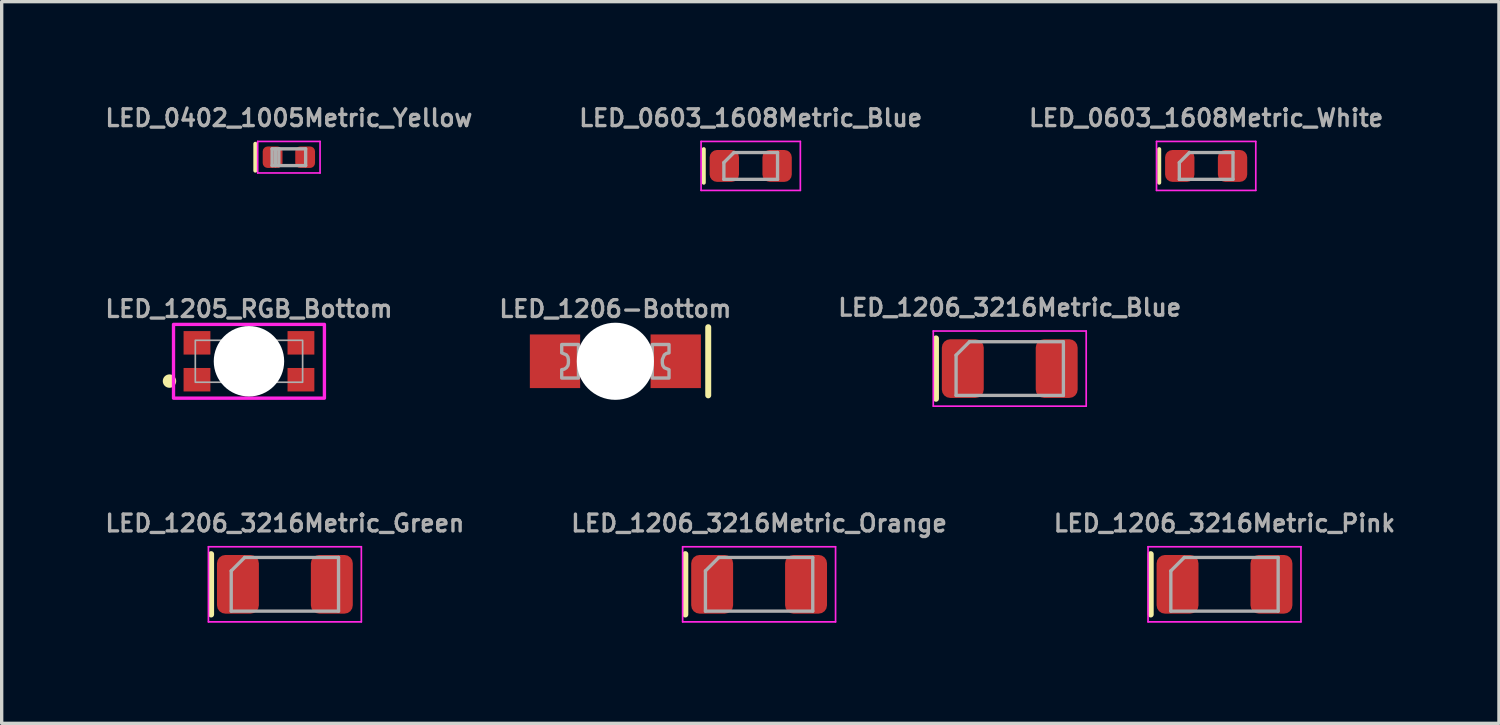
<source format=kicad_pcb>
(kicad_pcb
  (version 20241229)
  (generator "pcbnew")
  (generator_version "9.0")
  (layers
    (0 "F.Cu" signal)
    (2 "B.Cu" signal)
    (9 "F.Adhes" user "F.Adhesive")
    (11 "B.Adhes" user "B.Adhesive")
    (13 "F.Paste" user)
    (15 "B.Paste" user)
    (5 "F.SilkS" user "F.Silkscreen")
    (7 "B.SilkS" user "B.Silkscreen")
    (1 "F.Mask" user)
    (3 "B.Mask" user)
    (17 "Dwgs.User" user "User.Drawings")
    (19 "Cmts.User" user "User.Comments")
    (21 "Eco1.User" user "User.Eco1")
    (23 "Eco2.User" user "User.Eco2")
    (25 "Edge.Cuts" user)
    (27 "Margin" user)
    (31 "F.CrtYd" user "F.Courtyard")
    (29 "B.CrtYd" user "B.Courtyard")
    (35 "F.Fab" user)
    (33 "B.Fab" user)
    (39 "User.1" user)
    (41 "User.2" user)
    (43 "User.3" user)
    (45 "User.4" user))
  (footprint "LED_0603_1608Metric_Blue"
    (layer "F.Cu")
    (at 19.336 1.898)
    (property "Reference" "LED_0603_1608Metric_Blue" (at 0 -1.43 0) (layer "F.Fab") (effects (font (size 0.5 0.5) (thickness 0.1))))
    (attr smd)
    (fp_line (start -1.4 -0.5) (end -1.4 0.5) (stroke (width 0.12) (type solid)) (layer "F.SilkS"))
    (fp_line (start -1.48 -0.73) (end 1.48 -0.73) (stroke (width 0.05) (type solid)) (layer "F.CrtYd"))
    (fp_line (start -1.48 0.73) (end -1.48 -0.73) (stroke (width 0.05) (type solid)) (layer "F.CrtYd"))
    (fp_line (start 1.48 -0.73) (end 1.48 0.73) (stroke (width 0.05) (type solid)) (layer "F.CrtYd"))
    (fp_line (start 1.48 0.73) (end -1.48 0.73) (stroke (width 0.05) (type solid)) (layer "F.CrtYd"))
    (fp_line (start -0.8 -0.1) (end -0.8 0.4) (stroke (width 0.1) (type solid)) (layer "F.Fab"))
    (fp_line (start -0.8 0.4) (end 0.8 0.4) (stroke (width 0.1) (type solid)) (layer "F.Fab"))
    (fp_line (start -0.5 -0.4) (end -0.8 -0.1) (stroke (width 0.1) (type solid)) (layer "F.Fab"))
    (fp_line (start 0.8 -0.4) (end -0.5 -0.4) (stroke (width 0.1) (type solid)) (layer "F.Fab"))
    (fp_line (start 0.8 0.4) (end 0.8 -0.4) (stroke (width 0.1) (type solid)) (layer "F.Fab"))
    (pad "1" smd roundrect (at -0.787 0) (size 0.875 0.95) (layers "F.Cu" "F.Mask" "F.Paste") (roundrect_rratio 0.25))
    (pad "2" smd roundrect (at 0.787 0) (size 0.875 0.95) (layers "F.Cu" "F.Mask" "F.Paste") (roundrect_rratio 0.25)))
  (footprint "LED_1206_3216Metric_Green"
    (layer "F.Cu")
    (at 5.445 14.374)
    (property "Reference" "LED_1206_3216Metric_Green" (at 0 -1.82 0) (layer "F.Fab") (effects (font (size 0.5 0.5) (thickness 0.1))))
    (attr smd)
    (fp_line (start -2.2 -0.9) (end -2.2 0.9) (stroke (width 0.178) (type solid)) (layer "F.SilkS"))
    (fp_line (start -2.28 -1.12) (end 2.28 -1.12) (stroke (width 0.05) (type solid)) (layer "F.CrtYd"))
    (fp_line (start -2.28 1.12) (end -2.28 -1.12) (stroke (width 0.05) (type solid)) (layer "F.CrtYd"))
    (fp_line (start 2.28 -1.12) (end 2.28 1.12) (stroke (width 0.05) (type solid)) (layer "F.CrtYd"))
    (fp_line (start 2.28 1.12) (end -2.28 1.12) (stroke (width 0.05) (type solid)) (layer "F.CrtYd"))
    (fp_line (start -1.6 -0.4) (end -1.6 0.8) (stroke (width 0.1) (type solid)) (layer "F.Fab"))
    (fp_line (start -1.6 0.8) (end 1.6 0.8) (stroke (width 0.1) (type solid)) (layer "F.Fab"))
    (fp_line (start -1.2 -0.8) (end -1.6 -0.4) (stroke (width 0.1) (type solid)) (layer "F.Fab"))
    (fp_line (start 1.6 -0.8) (end -1.2 -0.8) (stroke (width 0.1) (type solid)) (layer "F.Fab"))
    (fp_line (start 1.6 0.8) (end 1.6 -0.8) (stroke (width 0.1) (type solid)) (layer "F.Fab"))
    (pad "1" smd roundrect (at -1.4 0) (size 1.25 1.75) (layers "F.Cu" "F.Mask" "F.Paste") (roundrect_rratio 0.2))
    (pad "2" smd roundrect (at 1.4 0) (size 1.25 1.75) (layers "F.Cu" "F.Mask" "F.Paste") (roundrect_rratio 0.2)))
  (footprint "LED_1206_3216Metric_Pink"
    (layer "F.Cu")
    (at 33.464 14.374)
    (property "Reference" "LED_1206_3216Metric_Pink" (at 0 -1.82 0) (layer "F.Fab") (effects (font (size 0.5 0.5) (thickness 0.1))))
    (attr smd)
    (fp_line (start -2.2 -0.9) (end -2.2 0.9) (stroke (width 0.178) (type solid)) (layer "F.SilkS"))
    (fp_line (start -2.28 -1.12) (end 2.28 -1.12) (stroke (width 0.05) (type solid)) (layer "F.CrtYd"))
    (fp_line (start -2.28 1.12) (end -2.28 -1.12) (stroke (width 0.05) (type solid)) (layer "F.CrtYd"))
    (fp_line (start 2.28 -1.12) (end 2.28 1.12) (stroke (width 0.05) (type solid)) (layer "F.CrtYd"))
    (fp_line (start 2.28 1.12) (end -2.28 1.12) (stroke (width 0.05) (type solid)) (layer "F.CrtYd"))
    (fp_line (start -1.6 -0.4) (end -1.6 0.8) (stroke (width 0.1) (type solid)) (layer "F.Fab"))
    (fp_line (start -1.6 0.8) (end 1.6 0.8) (stroke (width 0.1) (type solid)) (layer "F.Fab"))
    (fp_line (start -1.2 -0.8) (end -1.6 -0.4) (stroke (width 0.1) (type solid)) (layer "F.Fab"))
    (fp_line (start 1.6 -0.8) (end -1.2 -0.8) (stroke (width 0.1) (type solid)) (layer "F.Fab"))
    (fp_line (start 1.6 0.8) (end 1.6 -0.8) (stroke (width 0.1) (type solid)) (layer "F.Fab"))
    (pad "1" smd roundrect (at -1.4 0) (size 1.25 1.75) (layers "F.Cu" "F.Mask" "F.Paste") (roundrect_rratio 0.2))
    (pad "2" smd roundrect (at 1.4 0) (size 1.25 1.75) (layers "F.Cu" "F.Mask" "F.Paste") (roundrect_rratio 0.2)))
  (footprint "LED_0402_1005Metric_Yellow"
    (layer "F.Cu")
    (at 5.564 1.638)
    (property "Reference" "LED_0402_1005Metric_Yellow" (at 0 -1.17 0) (layer "F.Fab") (effects (font (size 0.5 0.5) (thickness 0.1))))
    (attr smd)
    (fp_line (start -1 -0.4) (end -1 0.4) (stroke (width 0.12) (type solid)) (layer "F.SilkS"))
    (fp_line (start -0.93 -0.47) (end 0.93 -0.47) (stroke (width 0.05) (type solid)) (layer "F.CrtYd"))
    (fp_line (start -0.93 0.47) (end -0.93 -0.47) (stroke (width 0.05) (type solid)) (layer "F.CrtYd"))
    (fp_line (start 0.93 -0.47) (end 0.93 0.47) (stroke (width 0.05) (type solid)) (layer "F.CrtYd"))
    (fp_line (start 0.93 0.47) (end -0.93 0.47) (stroke (width 0.05) (type solid)) (layer "F.CrtYd"))
    (fp_line (start -0.5 -0.25) (end 0.5 -0.25) (stroke (width 0.1) (type solid)) (layer "F.Fab"))
    (fp_line (start -0.5 0.25) (end -0.5 -0.25) (stroke (width 0.1) (type solid)) (layer "F.Fab"))
    (fp_line (start -0.4 0.25) (end -0.4 -0.25) (stroke (width 0.1) (type solid)) (layer "F.Fab"))
    (fp_line (start -0.3 0.25) (end -0.3 -0.25) (stroke (width 0.1) (type solid)) (layer "F.Fab"))
    (fp_line (start 0.5 -0.25) (end 0.5 0.25) (stroke (width 0.1) (type solid)) (layer "F.Fab"))
    (fp_line (start 0.5 0.25) (end -0.5 0.25) (stroke (width 0.1) (type solid)) (layer "F.Fab"))
    (pad "1" smd roundrect (at -0.485 0) (size 0.59 0.64) (layers "F.Cu" "F.Mask" "F.Paste") (roundrect_rratio 0.25))
    (pad "2" smd roundrect (at 0.485 0) (size 0.59 0.64) (layers "F.Cu" "F.Mask" "F.Paste") (roundrect_rratio 0.25)))
  (footprint "LED_1206_3216Metric_Orange"
    (layer "F.Cu")
    (at 19.586 14.374)
    (property "Reference" "LED_1206_3216Metric_Orange" (at 0 -1.82 0) (layer "F.Fab") (effects (font (size 0.5 0.5) (thickness 0.1))))
    (attr smd)
    (fp_line (start -2.2 -0.9) (end -2.2 0.9) (stroke (width 0.178) (type solid)) (layer "F.SilkS"))
    (fp_line (start -2.28 -1.12) (end 2.28 -1.12) (stroke (width 0.05) (type solid)) (layer "F.CrtYd"))
    (fp_line (start -2.28 1.12) (end -2.28 -1.12) (stroke (width 0.05) (type solid)) (layer "F.CrtYd"))
    (fp_line (start 2.28 -1.12) (end 2.28 1.12) (stroke (width 0.05) (type solid)) (layer "F.CrtYd"))
    (fp_line (start 2.28 1.12) (end -2.28 1.12) (stroke (width 0.05) (type solid)) (layer "F.CrtYd"))
    (fp_line (start -1.6 -0.4) (end -1.6 0.8) (stroke (width 0.1) (type solid)) (layer "F.Fab"))
    (fp_line (start -1.6 0.8) (end 1.6 0.8) (stroke (width 0.1) (type solid)) (layer "F.Fab"))
    (fp_line (start -1.2 -0.8) (end -1.6 -0.4) (stroke (width 0.1) (type solid)) (layer "F.Fab"))
    (fp_line (start 1.6 -0.8) (end -1.2 -0.8) (stroke (width 0.1) (type solid)) (layer "F.Fab"))
    (fp_line (start 1.6 0.8) (end 1.6 -0.8) (stroke (width 0.1) (type solid)) (layer "F.Fab"))
    (pad "1" smd roundrect (at -1.4 0) (size 1.25 1.75) (layers "F.Cu" "F.Mask" "F.Paste") (roundrect_rratio 0.2))
    (pad "2" smd roundrect (at 1.4 0) (size 1.25 1.75) (layers "F.Cu" "F.Mask" "F.Paste") (roundrect_rratio 0.2)))
  (footprint "LED_0603_1608Metric_White"
    (layer "F.Cu")
    (at 32.917 1.898)
    (property "Reference" "LED_0603_1608Metric_White" (at 0 -1.43 0) (layer "F.Fab") (effects (font (size 0.5 0.5) (thickness 0.1))))
    (attr smd)
    (fp_line (start -1.4 -0.5) (end -1.4 0.5) (stroke (width 0.12) (type solid)) (layer "F.SilkS"))
    (fp_line (start -1.48 -0.73) (end 1.48 -0.73) (stroke (width 0.05) (type solid)) (layer "F.CrtYd"))
    (fp_line (start -1.48 0.73) (end -1.48 -0.73) (stroke (width 0.05) (type solid)) (layer "F.CrtYd"))
    (fp_line (start 1.48 -0.73) (end 1.48 0.73) (stroke (width 0.05) (type solid)) (layer "F.CrtYd"))
    (fp_line (start 1.48 0.73) (end -1.48 0.73) (stroke (width 0.05) (type solid)) (layer "F.CrtYd"))
    (fp_line (start -0.8 -0.1) (end -0.8 0.4) (stroke (width 0.1) (type solid)) (layer "F.Fab"))
    (fp_line (start -0.8 0.4) (end 0.8 0.4) (stroke (width 0.1) (type solid)) (layer "F.Fab"))
    (fp_line (start -0.5 -0.4) (end -0.8 -0.1) (stroke (width 0.1) (type solid)) (layer "F.Fab"))
    (fp_line (start 0.8 -0.4) (end -0.5 -0.4) (stroke (width 0.1) (type solid)) (layer "F.Fab"))
    (fp_line (start 0.8 0.4) (end 0.8 -0.4) (stroke (width 0.1) (type solid)) (layer "F.Fab"))
    (pad "1" smd roundrect (at -0.787 0) (size 0.875 0.95) (layers "F.Cu" "F.Mask" "F.Paste") (roundrect_rratio 0.25))
    (pad "2" smd roundrect (at 0.787 0) (size 0.875 0.95) (layers "F.Cu" "F.Mask" "F.Paste") (roundrect_rratio 0.25)))
  (footprint "LED_1205_RGB_Bottom"
    (layer "F.Cu")
    (at 4.374 7.723)
    (property "Reference" "LED_1205_RGB_Bottom" (at 0 -1.27 0) (unlocked yes) (layer "F.Fab") (effects (font (size 0.5 0.5) (thickness 0.1)) (justify bottom)))
    (fp_circle (center -2.37 0.591) (end -2.37 0.691) (stroke (width 0.2) (type solid)) (fill yes) (layer "F.SilkS"))
    (fp_rect (start -2.25 -1.1) (end 2.25 1.1) (stroke (width 0.1) (type default)) (fill no) (layer "F.CrtYd"))
    (fp_rect (start -1.6 -0.625) (end 1.6 0.625) (stroke (width 0.05) (type default)) (fill no) (layer "F.Fab"))
    (pad "" np_thru_hole circle (at 0 0) (size 2.1 2.1) (drill 2.1) (layers "*.Cu" "*.Mask"))
    (pad "1" smd rect (at -1.55 0.55) (size 0.8 0.7) (layers "F.Cu" "F.Mask" "F.Paste"))
    (pad "2" smd rect (at -1.55 -0.55) (size 0.8 0.7) (layers "F.Cu" "F.Mask" "F.Paste"))
    (pad "3" smd rect (at 1.55 -0.55) (size 0.8 0.7) (layers "F.Cu" "F.Mask" "F.Paste"))
    (pad "4" smd rect (at 1.55 0.55) (size 0.8 0.7) (layers "F.Cu" "F.Mask" "F.Paste")))
  (footprint "LED_1206-Bottom"
    (layer "F.Cu")
    (at 15.3 7.723)
    (property "Reference" "LED_1206-Bottom" (at 0 -1.27 0) (unlocked yes) (layer "F.Fab") (effects (font (size 0.5 0.5) (thickness 0.1)) (justify bottom)))
    (fp_line (start 2.769 -1.016) (end 2.769 1.016) (stroke (width 0.178) (type solid)) (layer "F.SilkS"))
    (fp_rect (start -2.8 -1.1) (end 2.8 1.1) (stroke (width 0.1) (type default)) (fill no) (layer "Margin"))
    (fp_poly (pts (xy 1.6 -0.25) (xy 1.6 -0.25) (xy 1.523 -0.235) (xy 1.459 -0.191) (xy 1.4 -0.05) (xy 1.4 0.05) (xy 1.415 0.127) (xy 1.459 0.191) (xy 1.6 0.25) (xy 1.6 0.5) (xy 1.1 0.5) (xy 1.1 -0.5) (xy 1.6 -0.5)) (stroke (width 0.1) (type default)) (fill no) (layer "F.Fab"))
    (fp_poly (pts (xy -1.1 0.5) (xy -1.6 0.5) (xy -1.6 0.25) (xy -1.6 0.25) (xy -1.523 0.235) (xy -1.459 0.191) (xy -1.415 0.127) (xy -1.4 0.05) (xy -1.4 -0.05) (xy -1.415 -0.127) (xy -1.459 -0.191) (xy -1.6 -0.25) (xy -1.6 -0.5) (xy -1.1 -0.5)) (stroke (width 0.1) (type default)) (fill no) (layer "F.Fab"))
    (pad "" np_thru_hole circle (at 0 0) (size 2.3 2.3) (drill 2.3) (layers "*.Cu" "*.Mask"))
    (pad "A" smd rect (at -1.8 0) (size 1.5 1.6) (layers "F.Cu" "F.Mask" "F.Paste"))
    (pad "C" smd rect (at 1.8 0) (size 1.5 1.6) (layers "F.Cu" "F.Mask" "F.Paste")))
  (footprint "LED_1206_3216Metric_Blue"
    (layer "F.Cu")
    (at 27.06 7.941)
    (property "Reference" "LED_1206_3216Metric_Blue" (at 0 -1.82 0) (layer "F.Fab") (effects (font (size 0.5 0.5) (thickness 0.1))))
    (attr smd)
    (fp_line (start -2.2 -0.9) (end -2.2 0.9) (stroke (width 0.178) (type solid)) (layer "F.SilkS"))
    (fp_line (start -2.28 -1.12) (end 2.28 -1.12) (stroke (width 0.05) (type solid)) (layer "F.CrtYd"))
    (fp_line (start -2.28 1.12) (end -2.28 -1.12) (stroke (width 0.05) (type solid)) (layer "F.CrtYd"))
    (fp_line (start 2.28 -1.12) (end 2.28 1.12) (stroke (width 0.05) (type solid)) (layer "F.CrtYd"))
    (fp_line (start 2.28 1.12) (end -2.28 1.12) (stroke (width 0.05) (type solid)) (layer "F.CrtYd"))
    (fp_line (start -1.6 -0.4) (end -1.6 0.8) (stroke (width 0.1) (type solid)) (layer "F.Fab"))
    (fp_line (start -1.6 0.8) (end 1.6 0.8) (stroke (width 0.1) (type solid)) (layer "F.Fab"))
    (fp_line (start -1.2 -0.8) (end -1.6 -0.4) (stroke (width 0.1) (type solid)) (layer "F.Fab"))
    (fp_line (start 1.6 -0.8) (end -1.2 -0.8) (stroke (width 0.1) (type solid)) (layer "F.Fab"))
    (fp_line (start 1.6 0.8) (end 1.6 -0.8) (stroke (width 0.1) (type solid)) (layer "F.Fab"))
    (pad "1" smd roundrect (at -1.4 0) (size 1.25 1.75) (layers "F.Cu" "F.Mask" "F.Paste") (roundrect_rratio 0.2))
    (pad "2" smd roundrect (at 1.4 0) (size 1.25 1.75) (layers "F.Cu" "F.Mask" "F.Paste") (roundrect_rratio 0.2)))
  (gr_rect
    (start -3 -3)
    (end 41.648 18.519)
    (stroke (width 0.1) (type default))
    (fill no)
    (layer "Edge.Cuts")))
</source>
